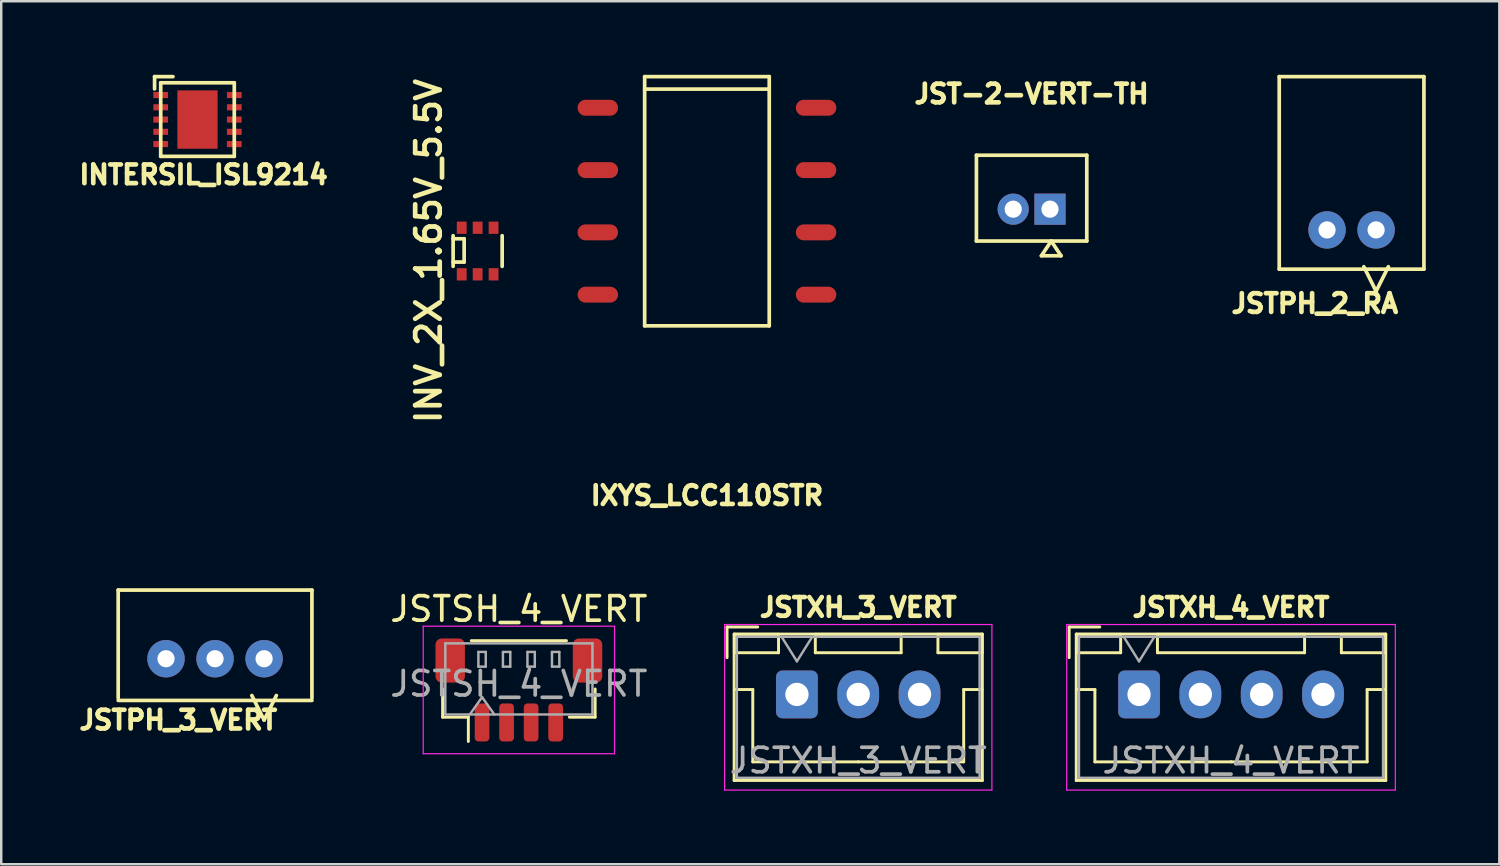
<source format=kicad_pcb>
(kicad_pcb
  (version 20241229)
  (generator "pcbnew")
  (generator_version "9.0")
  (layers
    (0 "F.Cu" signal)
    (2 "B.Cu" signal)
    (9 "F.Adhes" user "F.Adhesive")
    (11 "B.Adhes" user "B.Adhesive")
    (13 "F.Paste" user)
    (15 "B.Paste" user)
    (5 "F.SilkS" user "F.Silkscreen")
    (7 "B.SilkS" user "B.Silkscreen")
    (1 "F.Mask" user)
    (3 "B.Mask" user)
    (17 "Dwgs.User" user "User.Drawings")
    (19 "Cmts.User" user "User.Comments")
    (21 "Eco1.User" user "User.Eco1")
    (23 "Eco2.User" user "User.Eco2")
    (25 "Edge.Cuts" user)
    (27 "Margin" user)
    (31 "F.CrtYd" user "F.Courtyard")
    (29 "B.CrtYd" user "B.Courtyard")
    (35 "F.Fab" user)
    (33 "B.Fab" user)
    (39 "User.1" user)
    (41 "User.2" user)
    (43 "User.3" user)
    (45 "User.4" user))
  (footprint "IXYS_LCC110STR"
    (layer "F.Cu")
    (at 25.776 5.155)
    (property "Reference" "IXYS_LCC110STR" (at 0 12 0) (layer "F.SilkS") (effects (font (size 0.762 0.762) (thickness 0.191))))
    (attr through_hole)
    (fp_line (start -2.54 -5.08) (end 2.54 -5.08) (stroke (width 0.15) (type solid)) (layer "F.SilkS"))
    (fp_line (start -2.54 -4.572) (end 2.54 -4.572) (stroke (width 0.15) (type solid)) (layer "F.SilkS"))
    (fp_line (start -2.54 5.08) (end -2.54 -5.08) (stroke (width 0.15) (type solid)) (layer "F.SilkS"))
    (fp_line (start 2.54 -5.08) (end 2.54 5.08) (stroke (width 0.15) (type solid)) (layer "F.SilkS"))
    (fp_line (start 2.54 5.08) (end -2.54 5.08) (stroke (width 0.15) (type solid)) (layer "F.SilkS"))
    (pad "1" smd oval (at -4.45 -3.81) (size 1.65 0.65) (layers "F.Cu" "F.Mask" "F.Paste"))
    (pad "2" smd oval (at -4.45 -1.27) (size 1.65 0.65) (layers "F.Cu" "F.Mask" "F.Paste"))
    (pad "3" smd oval (at -4.45 1.27) (size 1.65 0.65) (layers "F.Cu" "F.Mask" "F.Paste"))
    (pad "4" smd oval (at -4.45 3.81) (size 1.65 0.65) (layers "F.Cu" "F.Mask" "F.Paste"))
    (pad "5" smd oval (at 4.45 3.81) (size 1.65 0.65) (layers "F.Cu" "F.Mask" "F.Paste"))
    (pad "6" smd oval (at 4.45 1.27) (size 1.65 0.65) (layers "F.Cu" "F.Mask" "F.Paste"))
    (pad "7" smd oval (at 4.45 -1.27) (size 1.65 0.65) (layers "F.Cu" "F.Mask" "F.Paste"))
    (pad "8" smd oval (at 4.45 -3.81) (size 1.65 0.65) (layers "F.Cu" "F.Mask" "F.Paste")))
  (footprint "JSTSH_4_VERT"
    (layer "F.Cu")
    (at 18.107 25.083)
    (property "Reference" "JSTSH_4_VERT" (at 0 -3.3 0) (layer "F.SilkS") (effects (font (size 1 1) (thickness 0.15))))
    (attr smd)
    (fp_line (start -3.11 -0.04) (end -3.11 1.11) (stroke (width 0.12) (type solid)) (layer "F.SilkS"))
    (fp_line (start -3.11 1.11) (end -2.06 1.11) (stroke (width 0.12) (type solid)) (layer "F.SilkS"))
    (fp_line (start -2.06 1.11) (end -2.06 2.1) (stroke (width 0.12) (type solid)) (layer "F.SilkS"))
    (fp_line (start -1.94 -2.01) (end 1.94 -2.01) (stroke (width 0.12) (type solid)) (layer "F.SilkS"))
    (fp_line (start 3.11 -0.04) (end 3.11 1.11) (stroke (width 0.12) (type solid)) (layer "F.SilkS"))
    (fp_line (start 3.11 1.11) (end 2.06 1.11) (stroke (width 0.12) (type solid)) (layer "F.SilkS"))
    (fp_line (start -3.9 -2.6) (end -3.9 2.6) (stroke (width 0.05) (type solid)) (layer "F.CrtYd"))
    (fp_line (start -3.9 2.6) (end 3.9 2.6) (stroke (width 0.05) (type solid)) (layer "F.CrtYd"))
    (fp_line (start 3.9 -2.6) (end -3.9 -2.6) (stroke (width 0.05) (type solid)) (layer "F.CrtYd"))
    (fp_line (start 3.9 2.6) (end 3.9 -2.6) (stroke (width 0.05) (type solid)) (layer "F.CrtYd"))
    (fp_line (start -3 -1.9) (end 3 -1.9) (stroke (width 0.1) (type solid)) (layer "F.Fab"))
    (fp_line (start -3 1) (end -3 -1.9) (stroke (width 0.1) (type solid)) (layer "F.Fab"))
    (fp_line (start -3 1) (end 3 1) (stroke (width 0.1) (type solid)) (layer "F.Fab"))
    (fp_line (start -2 1) (end -1.5 0.293) (stroke (width 0.1) (type solid)) (layer "F.Fab"))
    (fp_line (start -1.65 -1.55) (end -1.65 -0.95) (stroke (width 0.1) (type solid)) (layer "F.Fab"))
    (fp_line (start -1.65 -0.95) (end -1.35 -0.95) (stroke (width 0.1) (type solid)) (layer "F.Fab"))
    (fp_line (start -1.5 0.293) (end -1 1) (stroke (width 0.1) (type solid)) (layer "F.Fab"))
    (fp_line (start -1.35 -1.55) (end -1.65 -1.55) (stroke (width 0.1) (type solid)) (layer "F.Fab"))
    (fp_line (start -1.35 -0.95) (end -1.35 -1.55) (stroke (width 0.1) (type solid)) (layer "F.Fab"))
    (fp_line (start -0.65 -1.55) (end -0.65 -0.95) (stroke (width 0.1) (type solid)) (layer "F.Fab"))
    (fp_line (start -0.65 -0.95) (end -0.35 -0.95) (stroke (width 0.1) (type solid)) (layer "F.Fab"))
    (fp_line (start -0.35 -1.55) (end -0.65 -1.55) (stroke (width 0.1) (type solid)) (layer "F.Fab"))
    (fp_line (start -0.35 -0.95) (end -0.35 -1.55) (stroke (width 0.1) (type solid)) (layer "F.Fab"))
    (fp_line (start 0.35 -1.55) (end 0.35 -0.95) (stroke (width 0.1) (type solid)) (layer "F.Fab"))
    (fp_line (start 0.35 -0.95) (end 0.65 -0.95) (stroke (width 0.1) (type solid)) (layer "F.Fab"))
    (fp_line (start 0.65 -1.55) (end 0.35 -1.55) (stroke (width 0.1) (type solid)) (layer "F.Fab"))
    (fp_line (start 0.65 -0.95) (end 0.65 -1.55) (stroke (width 0.1) (type solid)) (layer "F.Fab"))
    (fp_line (start 1.35 -1.55) (end 1.35 -0.95) (stroke (width 0.1) (type solid)) (layer "F.Fab"))
    (fp_line (start 1.35 -0.95) (end 1.65 -0.95) (stroke (width 0.1) (type solid)) (layer "F.Fab"))
    (fp_line (start 1.65 -1.55) (end 1.35 -1.55) (stroke (width 0.1) (type solid)) (layer "F.Fab"))
    (fp_line (start 1.65 -0.95) (end 1.65 -1.55) (stroke (width 0.1) (type solid)) (layer "F.Fab"))
    (fp_line (start 3 1) (end 3 -1.9) (stroke (width 0.1) (type solid)) (layer "F.Fab"))
    (fp_text user "${REFERENCE}" (at 0 -0.25 0) (layer "F.Fab") (effects (font (size 1 1) (thickness 0.15))))
    (pad "1" smd roundrect (at -1.5 1.325) (size 0.6 1.55) (layers "F.Cu" "F.Mask" "F.Paste") (roundrect_rratio 0.25))
    (pad "2" smd roundrect (at -0.5 1.325) (size 0.6 1.55) (layers "F.Cu" "F.Mask" "F.Paste") (roundrect_rratio 0.25))
    (pad "3" smd roundrect (at 0.5 1.325) (size 0.6 1.55) (layers "F.Cu" "F.Mask" "F.Paste") (roundrect_rratio 0.25))
    (pad "4" smd roundrect (at 1.5 1.325) (size 0.6 1.55) (layers "F.Cu" "F.Mask" "F.Paste") (roundrect_rratio 0.25))
    (pad "MP" smd roundrect (at -2.8 -1.2) (size 1.2 1.8) (layers "F.Cu" "F.Mask" "F.Paste") (roundrect_rratio 0.208))
    (pad "MP" smd roundrect (at 2.8 -1.2) (size 1.2 1.8) (layers "F.Cu" "F.Mask" "F.Paste") (roundrect_rratio 0.208)))
  (footprint "JSTXH_4_VERT"
    (layer "F.Cu")
    (at 43.395 25.265)
    (property "Reference" "JSTXH_4_VERT" (at 3.75 -3.55 0) (layer "F.SilkS") (effects (font (size 0.762 0.762) (thickness 0.191))))
    (attr through_hole)
    (fp_line (start -2.85 -2.75) (end -2.85 -1.5) (stroke (width 0.12) (type solid)) (layer "F.SilkS"))
    (fp_line (start -2.56 -2.46) (end -2.56 3.51) (stroke (width 0.12) (type solid)) (layer "F.SilkS"))
    (fp_line (start -2.56 3.51) (end 10.06 3.51) (stroke (width 0.12) (type solid)) (layer "F.SilkS"))
    (fp_line (start -2.55 -2.45) (end -2.55 -1.7) (stroke (width 0.12) (type solid)) (layer "F.SilkS"))
    (fp_line (start -2.55 -1.7) (end -0.75 -1.7) (stroke (width 0.12) (type solid)) (layer "F.SilkS"))
    (fp_line (start -2.55 -0.2) (end -1.8 -0.2) (stroke (width 0.12) (type solid)) (layer "F.SilkS"))
    (fp_line (start -1.8 -0.2) (end -1.8 2.75) (stroke (width 0.12) (type solid)) (layer "F.SilkS"))
    (fp_line (start -1.8 2.75) (end 3.75 2.75) (stroke (width 0.12) (type solid)) (layer "F.SilkS"))
    (fp_line (start -1.6 -2.75) (end -2.85 -2.75) (stroke (width 0.12) (type solid)) (layer "F.SilkS"))
    (fp_line (start -0.75 -2.45) (end -2.55 -2.45) (stroke (width 0.12) (type solid)) (layer "F.SilkS"))
    (fp_line (start -0.75 -1.7) (end -0.75 -2.45) (stroke (width 0.12) (type solid)) (layer "F.SilkS"))
    (fp_line (start 0.75 -2.45) (end 0.75 -1.7) (stroke (width 0.12) (type solid)) (layer "F.SilkS"))
    (fp_line (start 0.75 -1.7) (end 6.75 -1.7) (stroke (width 0.12) (type solid)) (layer "F.SilkS"))
    (fp_line (start 6.75 -2.45) (end 0.75 -2.45) (stroke (width 0.12) (type solid)) (layer "F.SilkS"))
    (fp_line (start 6.75 -1.7) (end 6.75 -2.45) (stroke (width 0.12) (type solid)) (layer "F.SilkS"))
    (fp_line (start 8.25 -2.45) (end 8.25 -1.7) (stroke (width 0.12) (type solid)) (layer "F.SilkS"))
    (fp_line (start 8.25 -1.7) (end 10.05 -1.7) (stroke (width 0.12) (type solid)) (layer "F.SilkS"))
    (fp_line (start 9.3 -0.2) (end 9.3 2.75) (stroke (width 0.12) (type solid)) (layer "F.SilkS"))
    (fp_line (start 9.3 2.75) (end 3.75 2.75) (stroke (width 0.12) (type solid)) (layer "F.SilkS"))
    (fp_line (start 10.05 -2.45) (end 8.25 -2.45) (stroke (width 0.12) (type solid)) (layer "F.SilkS"))
    (fp_line (start 10.05 -1.7) (end 10.05 -2.45) (stroke (width 0.12) (type solid)) (layer "F.SilkS"))
    (fp_line (start 10.05 -0.2) (end 9.3 -0.2) (stroke (width 0.12) (type solid)) (layer "F.SilkS"))
    (fp_line (start 10.06 -2.46) (end -2.56 -2.46) (stroke (width 0.12) (type solid)) (layer "F.SilkS"))
    (fp_line (start 10.06 3.51) (end 10.06 -2.46) (stroke (width 0.12) (type solid)) (layer "F.SilkS"))
    (fp_line (start -2.95 -2.85) (end -2.95 3.9) (stroke (width 0.05) (type solid)) (layer "F.CrtYd"))
    (fp_line (start -2.95 3.9) (end 10.45 3.9) (stroke (width 0.05) (type solid)) (layer "F.CrtYd"))
    (fp_line (start 10.45 -2.85) (end -2.95 -2.85) (stroke (width 0.05) (type solid)) (layer "F.CrtYd"))
    (fp_line (start 10.45 3.9) (end 10.45 -2.85) (stroke (width 0.05) (type solid)) (layer "F.CrtYd"))
    (fp_line (start -2.45 -2.35) (end -2.45 3.4) (stroke (width 0.1) (type solid)) (layer "F.Fab"))
    (fp_line (start -2.45 3.4) (end 9.95 3.4) (stroke (width 0.1) (type solid)) (layer "F.Fab"))
    (fp_line (start -0.625 -2.35) (end 0 -1.35) (stroke (width 0.1) (type solid)) (layer "F.Fab"))
    (fp_line (start 0 -1.35) (end 0.625 -2.35) (stroke (width 0.1) (type solid)) (layer "F.Fab"))
    (fp_line (start 9.95 -2.35) (end -2.45 -2.35) (stroke (width 0.1) (type solid)) (layer "F.Fab"))
    (fp_line (start 9.95 3.4) (end 9.95 -2.35) (stroke (width 0.1) (type solid)) (layer "F.Fab"))
    (fp_text user "${REFERENCE}" (at 3.75 2.7 0) (layer "F.Fab") (effects (font (size 1 1) (thickness 0.15))))
    (pad "1" thru_hole roundrect (at 0 0) (size 1.7 1.95) (drill 0.95) (layers "*.Cu" "*.Mask") (roundrect_rratio 0.147))
    (pad "2" thru_hole oval (at 2.5 0) (size 1.7 1.95) (drill 0.95) (layers "*.Cu" "*.Mask"))
    (pad "3" thru_hole oval (at 5 0) (size 1.7 1.95) (drill 0.95) (layers "*.Cu" "*.Mask"))
    (pad "4" thru_hole oval (at 7.5 0) (size 1.7 1.95) (drill 0.95) (layers "*.Cu" "*.Mask")))
  (footprint "INV_2X_1.65V_5.5V"
    (layer "F.Cu")
    (at 16.426 7.186)
    (property "Reference" "INV_2X_1.65V_5.5V" (at -2 0 90) (layer "F.SilkS") (effects (font (size 1 1) (thickness 0.191))))
    (attr through_hole)
    (fp_line (start -1 -0.625) (end -1 0.625) (stroke (width 0.15) (type solid)) (layer "F.SilkS"))
    (fp_line (start -1 0.45) (end -0.55 0.45) (stroke (width 0.15) (type solid)) (layer "F.SilkS"))
    (fp_line (start -0.55 -0.5) (end -1 -0.5) (stroke (width 0.15) (type solid)) (layer "F.SilkS"))
    (fp_line (start -0.55 0.45) (end -0.55 -0.5) (stroke (width 0.15) (type solid)) (layer "F.SilkS"))
    (fp_line (start 1 -0.625) (end 1 0.625) (stroke (width 0.15) (type solid)) (layer "F.SilkS"))
    (pad "1" smd rect (at -0.65 0.95) (size 0.4 0.5) (layers "F.Cu" "F.Mask" "F.Paste"))
    (pad "2" smd rect (at 0 0.95) (size 0.4 0.5) (layers "F.Cu" "F.Mask" "F.Paste"))
    (pad "3" smd rect (at 0.65 0.95) (size 0.4 0.5) (layers "F.Cu" "F.Mask" "F.Paste"))
    (pad "4" smd rect (at 0.65 -0.95) (size 0.4 0.5) (layers "F.Cu" "F.Mask" "F.Paste"))
    (pad "5" smd rect (at 0 -0.95) (size 0.4 0.5) (layers "F.Cu" "F.Mask" "F.Paste"))
    (pad "6" smd rect (at -0.65 -0.95) (size 0.4 0.5) (layers "F.Cu" "F.Mask" "F.Paste")))
  (footprint "INTERSIL_ISL9214"
    (layer "F.Cu")
    (at 5.003 1.825)
    (property "Reference" "INTERSIL_ISL9214" (at 0.25 2.25 0) (layer "F.SilkS") (effects (font (size 0.762 0.762) (thickness 0.191))))
    (attr through_hole)
    (fp_line (start -1.75 -1.75) (end -1 -1.75) (stroke (width 0.15) (type solid)) (layer "F.SilkS"))
    (fp_line (start -1.75 -1.25) (end -1.75 -1.75) (stroke (width 0.15) (type solid)) (layer "F.SilkS"))
    (fp_line (start -1.5 -1.5) (end -1.5 1.5) (stroke (width 0.15) (type solid)) (layer "F.SilkS"))
    (fp_line (start -1.5 -1.5) (end 1.5 -1.5) (stroke (width 0.15) (type solid)) (layer "F.SilkS"))
    (fp_line (start -1.5 1.5) (end 1.5 1.5) (stroke (width 0.15) (type solid)) (layer "F.SilkS"))
    (fp_line (start 1.5 1.5) (end 1.5 -1.5) (stroke (width 0.15) (type solid)) (layer "F.SilkS"))
    (pad "1" smd rect (at -1.5 -1) (size 0.6 0.25) (layers "F.Cu" "F.Mask" "F.Paste"))
    (pad "2" smd rect (at -1.5 -0.5) (size 0.6 0.25) (layers "F.Cu" "F.Mask" "F.Paste"))
    (pad "3" smd rect (at -1.5 0) (size 0.6 0.25) (layers "F.Cu" "F.Mask" "F.Paste"))
    (pad "4" smd rect (at -1.5 0.5) (size 0.6 0.25) (layers "F.Cu" "F.Mask" "F.Paste"))
    (pad "5" smd rect (at -1.5 1) (size 0.6 0.25) (layers "F.Cu" "F.Mask" "F.Paste"))
    (pad "6" smd rect (at 1.5 1) (size 0.6 0.25) (layers "F.Cu" "F.Mask" "F.Paste"))
    (pad "7" smd rect (at 1.5 0.5) (size 0.6 0.25) (layers "F.Cu" "F.Mask" "F.Paste"))
    (pad "8" smd rect (at 1.5 0) (size 0.6 0.25) (layers "F.Cu" "F.Mask" "F.Paste"))
    (pad "9" smd rect (at 1.5 -0.5) (size 0.6 0.25) (layers "F.Cu" "F.Mask" "F.Paste"))
    (pad "10" smd rect (at 1.5 -1) (size 0.6 0.25) (layers "F.Cu" "F.Mask" "F.Paste"))
    (pad "PAD" smd rect (at 0 0) (size 1.64 2.38) (layers "F.Cu" "F.Mask" "F.Paste")))
  (footprint "JSTXH_3_VERT"
    (layer "F.Cu")
    (at 29.445 25.265)
    (property "Reference" "JSTXH_3_VERT" (at 2.5 -3.55 0) (layer "F.SilkS") (effects (font (size 0.762 0.762) (thickness 0.191))))
    (attr through_hole)
    (fp_line (start -2.85 -2.75) (end -2.85 -1.5) (stroke (width 0.12) (type solid)) (layer "F.SilkS"))
    (fp_line (start -2.56 -2.46) (end -2.56 3.51) (stroke (width 0.12) (type solid)) (layer "F.SilkS"))
    (fp_line (start -2.56 3.51) (end 7.56 3.51) (stroke (width 0.12) (type solid)) (layer "F.SilkS"))
    (fp_line (start -2.55 -2.45) (end -2.55 -1.7) (stroke (width 0.12) (type solid)) (layer "F.SilkS"))
    (fp_line (start -2.55 -1.7) (end -0.75 -1.7) (stroke (width 0.12) (type solid)) (layer "F.SilkS"))
    (fp_line (start -2.55 -0.2) (end -1.8 -0.2) (stroke (width 0.12) (type solid)) (layer "F.SilkS"))
    (fp_line (start -1.8 -0.2) (end -1.8 2.75) (stroke (width 0.12) (type solid)) (layer "F.SilkS"))
    (fp_line (start -1.8 2.75) (end 2.5 2.75) (stroke (width 0.12) (type solid)) (layer "F.SilkS"))
    (fp_line (start -1.6 -2.75) (end -2.85 -2.75) (stroke (width 0.12) (type solid)) (layer "F.SilkS"))
    (fp_line (start -0.75 -2.45) (end -2.55 -2.45) (stroke (width 0.12) (type solid)) (layer "F.SilkS"))
    (fp_line (start -0.75 -1.7) (end -0.75 -2.45) (stroke (width 0.12) (type solid)) (layer "F.SilkS"))
    (fp_line (start 0.75 -2.45) (end 0.75 -1.7) (stroke (width 0.12) (type solid)) (layer "F.SilkS"))
    (fp_line (start 0.75 -1.7) (end 4.25 -1.7) (stroke (width 0.12) (type solid)) (layer "F.SilkS"))
    (fp_line (start 4.25 -2.45) (end 0.75 -2.45) (stroke (width 0.12) (type solid)) (layer "F.SilkS"))
    (fp_line (start 4.25 -1.7) (end 4.25 -2.45) (stroke (width 0.12) (type solid)) (layer "F.SilkS"))
    (fp_line (start 5.75 -2.45) (end 5.75 -1.7) (stroke (width 0.12) (type solid)) (layer "F.SilkS"))
    (fp_line (start 5.75 -1.7) (end 7.55 -1.7) (stroke (width 0.12) (type solid)) (layer "F.SilkS"))
    (fp_line (start 6.8 -0.2) (end 6.8 2.75) (stroke (width 0.12) (type solid)) (layer "F.SilkS"))
    (fp_line (start 6.8 2.75) (end 2.5 2.75) (stroke (width 0.12) (type solid)) (layer "F.SilkS"))
    (fp_line (start 7.55 -2.45) (end 5.75 -2.45) (stroke (width 0.12) (type solid)) (layer "F.SilkS"))
    (fp_line (start 7.55 -1.7) (end 7.55 -2.45) (stroke (width 0.12) (type solid)) (layer "F.SilkS"))
    (fp_line (start 7.55 -0.2) (end 6.8 -0.2) (stroke (width 0.12) (type solid)) (layer "F.SilkS"))
    (fp_line (start 7.56 -2.46) (end -2.56 -2.46) (stroke (width 0.12) (type solid)) (layer "F.SilkS"))
    (fp_line (start 7.56 3.51) (end 7.56 -2.46) (stroke (width 0.12) (type solid)) (layer "F.SilkS"))
    (fp_line (start -2.95 -2.85) (end -2.95 3.9) (stroke (width 0.05) (type solid)) (layer "F.CrtYd"))
    (fp_line (start -2.95 3.9) (end 7.95 3.9) (stroke (width 0.05) (type solid)) (layer "F.CrtYd"))
    (fp_line (start 7.95 -2.85) (end -2.95 -2.85) (stroke (width 0.05) (type solid)) (layer "F.CrtYd"))
    (fp_line (start 7.95 3.9) (end 7.95 -2.85) (stroke (width 0.05) (type solid)) (layer "F.CrtYd"))
    (fp_line (start -2.45 -2.35) (end -2.45 3.4) (stroke (width 0.1) (type solid)) (layer "F.Fab"))
    (fp_line (start -2.45 3.4) (end 7.45 3.4) (stroke (width 0.1) (type solid)) (layer "F.Fab"))
    (fp_line (start -0.625 -2.35) (end 0 -1.35) (stroke (width 0.1) (type solid)) (layer "F.Fab"))
    (fp_line (start 0 -1.35) (end 0.625 -2.35) (stroke (width 0.1) (type solid)) (layer "F.Fab"))
    (fp_line (start 7.45 -2.35) (end -2.45 -2.35) (stroke (width 0.1) (type solid)) (layer "F.Fab"))
    (fp_line (start 7.45 3.4) (end 7.45 -2.35) (stroke (width 0.1) (type solid)) (layer "F.Fab"))
    (fp_text user "${REFERENCE}" (at 2.5 2.7 0) (layer "F.Fab") (effects (font (size 1 1) (thickness 0.15))))
    (pad "1" thru_hole roundrect (at 0 0) (size 1.7 1.95) (drill 0.95) (layers "*.Cu" "*.Mask") (roundrect_rratio 0.147))
    (pad "2" thru_hole oval (at 2.5 0) (size 1.7 1.95) (drill 0.95) (layers "*.Cu" "*.Mask"))
    (pad "3" thru_hole oval (at 5 0) (size 1.7 1.95) (drill 0.95) (layers "*.Cu" "*.Mask")))
  (footprint "JST-2-VERT-TH"
    (layer "F.Cu")
    (at 39.014 5.479)
    (property "Reference" "JST-2-VERT-TH" (at 0 -4.699 0) (layer "F.SilkS") (effects (font (size 0.762 0.762) (thickness 0.191))))
    (attr through_hole)
    (fp_line (start -2.25 -2.2) (end -2.25 1.3) (stroke (width 0.15) (type solid)) (layer "F.SilkS"))
    (fp_line (start -2.25 -2.2) (end 2.25 -2.2) (stroke (width 0.15) (type solid)) (layer "F.SilkS"))
    (fp_line (start -2.25 1.3) (end 2.25 1.3) (stroke (width 0.15) (type solid)) (layer "F.SilkS"))
    (fp_line (start 0.4 1.9) (end 1.2 1.9) (stroke (width 0.15) (type solid)) (layer "F.SilkS"))
    (fp_line (start 0.8 1.3) (end 0.4 1.9) (stroke (width 0.15) (type solid)) (layer "F.SilkS"))
    (fp_line (start 1.2 1.9) (end 0.8 1.3) (stroke (width 0.15) (type solid)) (layer "F.SilkS"))
    (fp_line (start 2.25 -2.2) (end 2.25 1.3) (stroke (width 0.15) (type solid)) (layer "F.SilkS"))
    (pad "1" thru_hole rect (at 0.75 0) (size 1.27 1.27) (drill 0.7) (layers "*.Cu" "*.Mask"))
    (pad "2" thru_hole circle (at -0.75 0) (size 1.27 1.27) (drill 0.7) (layers "*.Cu" "*.Mask")))
  (footprint "JSTPH_2_RA"
    (layer "F.Cu")
    (at 52.061 6.325)
    (property "Reference" "JSTPH_2_RA" (at -1.5 3 0) (layer "F.SilkS") (effects (font (size 0.762 0.762) (thickness 0.191))))
    (attr through_hole)
    (fp_line (start -2.95 -6.25) (end -2.95 1.6) (stroke (width 0.15) (type solid)) (layer "F.SilkS"))
    (fp_line (start -2.95 1.6) (end 2.95 1.6) (stroke (width 0.15) (type solid)) (layer "F.SilkS"))
    (fp_line (start 0.5 1.5) (end 1 2.5) (stroke (width 0.15) (type solid)) (layer "F.SilkS"))
    (fp_line (start 1 2.5) (end 1.5 1.5) (stroke (width 0.15) (type solid)) (layer "F.SilkS"))
    (fp_line (start 2.95 -6.25) (end -2.95 -6.25) (stroke (width 0.15) (type solid)) (layer "F.SilkS"))
    (fp_line (start 2.95 1.6) (end 2.95 -6.25) (stroke (width 0.15) (type solid)) (layer "F.SilkS"))
    (pad "1" thru_hole circle (at 1 0) (size 1.524 1.524) (drill 0.7) (layers "*.Cu" "*.Mask"))
    (pad "2" thru_hole circle (at -1 0) (size 1.524 1.524) (drill 0.7) (layers "*.Cu" "*.Mask")))
  (footprint "JSTPH_3_VERT"
    (layer "F.Cu")
    (at 5.719 23.81)
    (property "Reference" "JSTPH_3_VERT" (at -1.5 2.5 0) (layer "F.SilkS") (effects (font (size 0.762 0.762) (thickness 0.191))))
    (attr through_hole)
    (fp_line (start -3.95 -2.8) (end -3.95 1.6) (stroke (width 0.15) (type solid)) (layer "F.SilkS"))
    (fp_line (start -3.95 1.7) (end 3.95 1.7) (stroke (width 0.15) (type solid)) (layer "F.SilkS"))
    (fp_line (start 1.5 1.5) (end 2 2.5) (stroke (width 0.15) (type solid)) (layer "F.SilkS"))
    (fp_line (start 2 2.5) (end 2.5 1.5) (stroke (width 0.15) (type solid)) (layer "F.SilkS"))
    (fp_line (start 3.95 -2.8) (end -3.95 -2.8) (stroke (width 0.15) (type solid)) (layer "F.SilkS"))
    (fp_line (start 3.95 1.6) (end 3.95 -2.8) (stroke (width 0.15) (type solid)) (layer "F.SilkS"))
    (pad "1" thru_hole circle (at 2 0) (size 1.524 1.524) (drill 0.7) (layers "*.Cu" "*.Mask"))
    (pad "2" thru_hole circle (at 0 0) (size 1.524 1.524) (drill 0.7) (layers "*.Cu" "*.Mask"))
    (pad "3" thru_hole circle (at -2 0) (size 1.524 1.524) (drill 0.7) (layers "*.Cu" "*.Mask")))
  (gr_rect
    (start -3 -3)
    (end 58.086 32.19)
    (stroke (width 0.1) (type default))
    (fill no)
    (layer "Edge.Cuts")))
</source>
